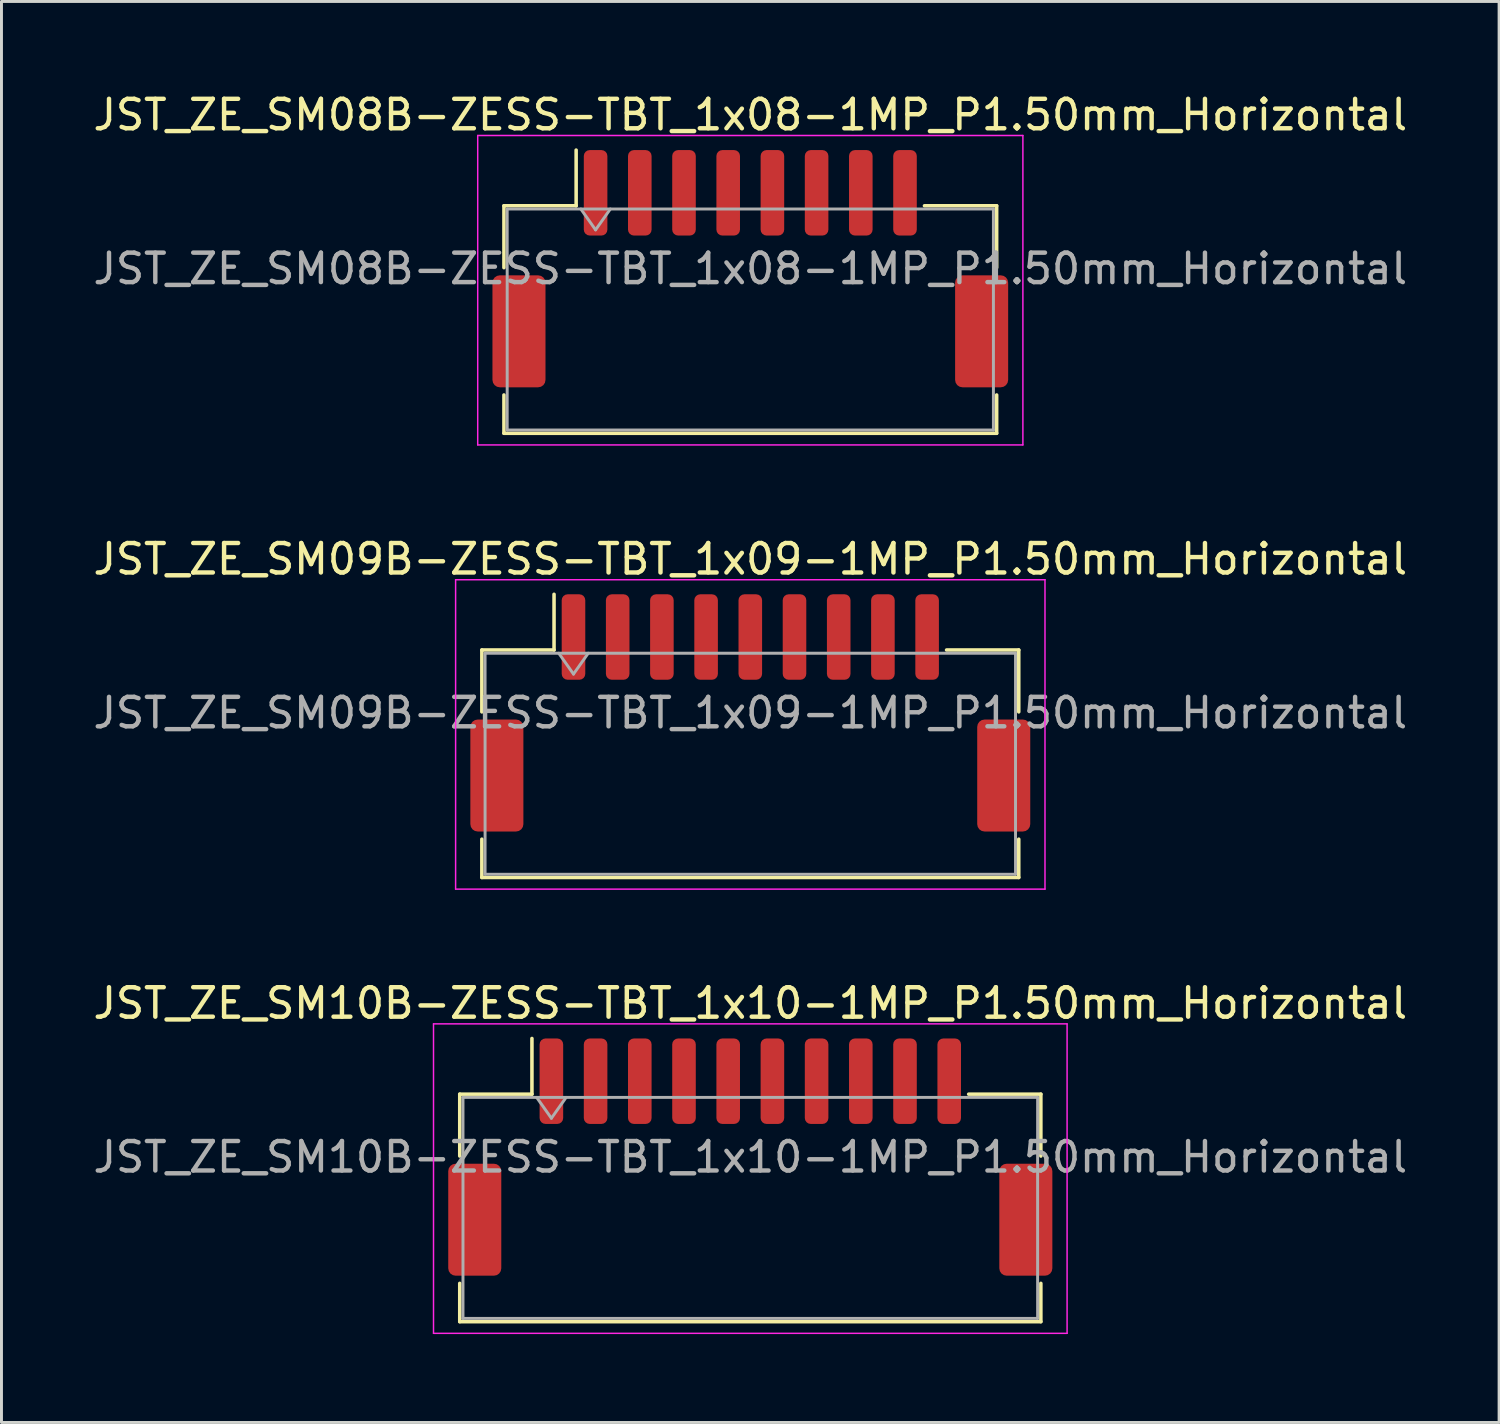
<source format=kicad_pcb>
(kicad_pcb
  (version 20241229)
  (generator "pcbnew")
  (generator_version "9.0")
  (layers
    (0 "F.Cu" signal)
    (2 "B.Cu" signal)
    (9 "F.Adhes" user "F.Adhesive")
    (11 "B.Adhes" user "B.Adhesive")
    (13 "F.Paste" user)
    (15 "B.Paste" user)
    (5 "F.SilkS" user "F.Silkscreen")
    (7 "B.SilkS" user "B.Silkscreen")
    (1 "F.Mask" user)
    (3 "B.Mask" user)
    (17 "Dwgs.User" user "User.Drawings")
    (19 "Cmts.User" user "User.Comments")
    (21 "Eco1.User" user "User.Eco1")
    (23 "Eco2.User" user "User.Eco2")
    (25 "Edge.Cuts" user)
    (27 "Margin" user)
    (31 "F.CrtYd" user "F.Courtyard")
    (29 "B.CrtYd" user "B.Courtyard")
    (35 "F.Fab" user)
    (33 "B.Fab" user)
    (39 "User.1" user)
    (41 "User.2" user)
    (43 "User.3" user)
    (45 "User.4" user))
  (footprint "JST_ZE_SM09B-ZESS-TBT_1x09-1MP_P1.50mm_Horizontal"
    (layer "F.Cu")
    (at 22.411 21.142)
    (property "Reference" "JST_ZE_SM09B-ZESS-TBT_1x09-1MP_P1.50mm_Horizontal" (at 0 -5.22 0) (layer "F.SilkS") (effects (font (size 1 1) (thickness 0.15))))
    (attr smd)
    (fp_line (start -9.11 -2.135) (end -6.66 -2.135) (stroke (width 0.12) (type solid)) (layer "F.SilkS"))
    (fp_line (start -9.11 -0.035) (end -9.11 -2.135) (stroke (width 0.12) (type solid)) (layer "F.SilkS"))
    (fp_line (start -9.11 4.285) (end -9.11 5.585) (stroke (width 0.12) (type solid)) (layer "F.SilkS"))
    (fp_line (start -9.11 5.585) (end 9.11 5.585) (stroke (width 0.12) (type solid)) (layer "F.SilkS"))
    (fp_line (start -6.66 -2.135) (end -6.66 -4.025) (stroke (width 0.12) (type solid)) (layer "F.SilkS"))
    (fp_line (start 9.11 -2.135) (end 6.66 -2.135) (stroke (width 0.12) (type solid)) (layer "F.SilkS"))
    (fp_line (start 9.11 -0.035) (end 9.11 -2.135) (stroke (width 0.12) (type solid)) (layer "F.SilkS"))
    (fp_line (start 9.11 5.585) (end 9.11 4.285) (stroke (width 0.12) (type solid)) (layer "F.SilkS"))
    (fp_line (start -10 -4.52) (end -10 5.98) (stroke (width 0.05) (type solid)) (layer "F.CrtYd"))
    (fp_line (start -10 5.98) (end 10 5.98) (stroke (width 0.05) (type solid)) (layer "F.CrtYd"))
    (fp_line (start 10 -4.52) (end -10 -4.52) (stroke (width 0.05) (type solid)) (layer "F.CrtYd"))
    (fp_line (start 10 5.98) (end 10 -4.52) (stroke (width 0.05) (type solid)) (layer "F.CrtYd"))
    (fp_line (start -9 -2.025) (end -9 5.475) (stroke (width 0.1) (type solid)) (layer "F.Fab"))
    (fp_line (start -9 -2.025) (end 9 -2.025) (stroke (width 0.1) (type solid)) (layer "F.Fab"))
    (fp_line (start -9 5.475) (end 9 5.475) (stroke (width 0.1) (type solid)) (layer "F.Fab"))
    (fp_line (start -6.5 -2.025) (end -6 -1.318) (stroke (width 0.1) (type solid)) (layer "F.Fab"))
    (fp_line (start -6 -1.318) (end -5.5 -2.025) (stroke (width 0.1) (type solid)) (layer "F.Fab"))
    (fp_line (start 9 -2.025) (end 9 5.475) (stroke (width 0.1) (type solid)) (layer "F.Fab"))
    (fp_text user "${REFERENCE}" (at 0 0 0) (layer "F.Fab") (effects (font (size 1 1) (thickness 0.15))))
    (pad "1" smd roundrect (at -6 -2.575) (size 0.8 2.9) (layers "F.Cu" "F.Mask" "F.Paste") (roundrect_rratio 0.25))
    (pad "2" smd roundrect (at -4.5 -2.575) (size 0.8 2.9) (layers "F.Cu" "F.Mask" "F.Paste") (roundrect_rratio 0.25))
    (pad "3" smd roundrect (at -3 -2.575) (size 0.8 2.9) (layers "F.Cu" "F.Mask" "F.Paste") (roundrect_rratio 0.25))
    (pad "4" smd roundrect (at -1.5 -2.575) (size 0.8 2.9) (layers "F.Cu" "F.Mask" "F.Paste") (roundrect_rratio 0.25))
    (pad "5" smd roundrect (at 0 -2.575) (size 0.8 2.9) (layers "F.Cu" "F.Mask" "F.Paste") (roundrect_rratio 0.25))
    (pad "6" smd roundrect (at 1.5 -2.575) (size 0.8 2.9) (layers "F.Cu" "F.Mask" "F.Paste") (roundrect_rratio 0.25))
    (pad "7" smd roundrect (at 3 -2.575) (size 0.8 2.9) (layers "F.Cu" "F.Mask" "F.Paste") (roundrect_rratio 0.25))
    (pad "8" smd roundrect (at 4.5 -2.575) (size 0.8 2.9) (layers "F.Cu" "F.Mask" "F.Paste") (roundrect_rratio 0.25))
    (pad "9" smd roundrect (at 6 -2.575) (size 0.8 2.9) (layers "F.Cu" "F.Mask" "F.Paste") (roundrect_rratio 0.25))
    (pad "MP" smd roundrect (at -8.6 2.125) (size 1.8 3.8) (layers "F.Cu" "F.Mask" "F.Paste") (roundrect_rratio 0.139))
    (pad "MP" smd roundrect (at 8.6 2.125) (size 1.8 3.8) (layers "F.Cu" "F.Mask" "F.Paste") (roundrect_rratio 0.139)))
  (footprint "JST_ZE_SM08B-ZESS-TBT_1x08-1MP_P1.50mm_Horizontal"
    (layer "F.Cu")
    (at 22.411 6.068)
    (property "Reference" "JST_ZE_SM08B-ZESS-TBT_1x08-1MP_P1.50mm_Horizontal" (at 0 -5.22 0) (layer "F.SilkS") (effects (font (size 1 1) (thickness 0.15))))
    (attr smd)
    (fp_line (start -8.36 -2.135) (end -5.91 -2.135) (stroke (width 0.12) (type solid)) (layer "F.SilkS"))
    (fp_line (start -8.36 -0.035) (end -8.36 -2.135) (stroke (width 0.12) (type solid)) (layer "F.SilkS"))
    (fp_line (start -8.36 4.285) (end -8.36 5.585) (stroke (width 0.12) (type solid)) (layer "F.SilkS"))
    (fp_line (start -8.36 5.585) (end 8.36 5.585) (stroke (width 0.12) (type solid)) (layer "F.SilkS"))
    (fp_line (start -5.91 -2.135) (end -5.91 -4.025) (stroke (width 0.12) (type solid)) (layer "F.SilkS"))
    (fp_line (start 8.36 -2.135) (end 5.91 -2.135) (stroke (width 0.12) (type solid)) (layer "F.SilkS"))
    (fp_line (start 8.36 -0.035) (end 8.36 -2.135) (stroke (width 0.12) (type solid)) (layer "F.SilkS"))
    (fp_line (start 8.36 5.585) (end 8.36 4.285) (stroke (width 0.12) (type solid)) (layer "F.SilkS"))
    (fp_line (start -9.25 -4.52) (end -9.25 5.98) (stroke (width 0.05) (type solid)) (layer "F.CrtYd"))
    (fp_line (start -9.25 5.98) (end 9.25 5.98) (stroke (width 0.05) (type solid)) (layer "F.CrtYd"))
    (fp_line (start 9.25 -4.52) (end -9.25 -4.52) (stroke (width 0.05) (type solid)) (layer "F.CrtYd"))
    (fp_line (start 9.25 5.98) (end 9.25 -4.52) (stroke (width 0.05) (type solid)) (layer "F.CrtYd"))
    (fp_line (start -8.25 -2.025) (end -8.25 5.475) (stroke (width 0.1) (type solid)) (layer "F.Fab"))
    (fp_line (start -8.25 -2.025) (end 8.25 -2.025) (stroke (width 0.1) (type solid)) (layer "F.Fab"))
    (fp_line (start -8.25 5.475) (end 8.25 5.475) (stroke (width 0.1) (type solid)) (layer "F.Fab"))
    (fp_line (start -5.75 -2.025) (end -5.25 -1.318) (stroke (width 0.1) (type solid)) (layer "F.Fab"))
    (fp_line (start -5.25 -1.318) (end -4.75 -2.025) (stroke (width 0.1) (type solid)) (layer "F.Fab"))
    (fp_line (start 8.25 -2.025) (end 8.25 5.475) (stroke (width 0.1) (type solid)) (layer "F.Fab"))
    (fp_text user "${REFERENCE}" (at 0 0 0) (layer "F.Fab") (effects (font (size 1 1) (thickness 0.15))))
    (pad "1" smd roundrect (at -5.25 -2.575) (size 0.8 2.9) (layers "F.Cu" "F.Mask" "F.Paste") (roundrect_rratio 0.25))
    (pad "2" smd roundrect (at -3.75 -2.575) (size 0.8 2.9) (layers "F.Cu" "F.Mask" "F.Paste") (roundrect_rratio 0.25))
    (pad "3" smd roundrect (at -2.25 -2.575) (size 0.8 2.9) (layers "F.Cu" "F.Mask" "F.Paste") (roundrect_rratio 0.25))
    (pad "4" smd roundrect (at -0.75 -2.575) (size 0.8 2.9) (layers "F.Cu" "F.Mask" "F.Paste") (roundrect_rratio 0.25))
    (pad "5" smd roundrect (at 0.75 -2.575) (size 0.8 2.9) (layers "F.Cu" "F.Mask" "F.Paste") (roundrect_rratio 0.25))
    (pad "6" smd roundrect (at 2.25 -2.575) (size 0.8 2.9) (layers "F.Cu" "F.Mask" "F.Paste") (roundrect_rratio 0.25))
    (pad "7" smd roundrect (at 3.75 -2.575) (size 0.8 2.9) (layers "F.Cu" "F.Mask" "F.Paste") (roundrect_rratio 0.25))
    (pad "8" smd roundrect (at 5.25 -2.575) (size 0.8 2.9) (layers "F.Cu" "F.Mask" "F.Paste") (roundrect_rratio 0.25))
    (pad "MP" smd roundrect (at -7.85 2.125) (size 1.8 3.8) (layers "F.Cu" "F.Mask" "F.Paste") (roundrect_rratio 0.139))
    (pad "MP" smd roundrect (at 7.85 2.125) (size 1.8 3.8) (layers "F.Cu" "F.Mask" "F.Paste") (roundrect_rratio 0.139)))
  (footprint "JST_ZE_SM10B-ZESS-TBT_1x10-1MP_P1.50mm_Horizontal"
    (layer "F.Cu")
    (at 22.411 36.215)
    (property "Reference" "JST_ZE_SM10B-ZESS-TBT_1x10-1MP_P1.50mm_Horizontal" (at 0 -5.22 0) (layer "F.SilkS") (effects (font (size 1 1) (thickness 0.15))))
    (attr smd)
    (fp_line (start -9.86 -2.135) (end -7.41 -2.135) (stroke (width 0.12) (type solid)) (layer "F.SilkS"))
    (fp_line (start -9.86 -0.035) (end -9.86 -2.135) (stroke (width 0.12) (type solid)) (layer "F.SilkS"))
    (fp_line (start -9.86 4.285) (end -9.86 5.585) (stroke (width 0.12) (type solid)) (layer "F.SilkS"))
    (fp_line (start -9.86 5.585) (end 9.86 5.585) (stroke (width 0.12) (type solid)) (layer "F.SilkS"))
    (fp_line (start -7.41 -2.135) (end -7.41 -4.025) (stroke (width 0.12) (type solid)) (layer "F.SilkS"))
    (fp_line (start 9.86 -2.135) (end 7.41 -2.135) (stroke (width 0.12) (type solid)) (layer "F.SilkS"))
    (fp_line (start 9.86 -0.035) (end 9.86 -2.135) (stroke (width 0.12) (type solid)) (layer "F.SilkS"))
    (fp_line (start 9.86 5.585) (end 9.86 4.285) (stroke (width 0.12) (type solid)) (layer "F.SilkS"))
    (fp_line (start -10.75 -4.52) (end -10.75 5.98) (stroke (width 0.05) (type solid)) (layer "F.CrtYd"))
    (fp_line (start -10.75 5.98) (end 10.75 5.98) (stroke (width 0.05) (type solid)) (layer "F.CrtYd"))
    (fp_line (start 10.75 -4.52) (end -10.75 -4.52) (stroke (width 0.05) (type solid)) (layer "F.CrtYd"))
    (fp_line (start 10.75 5.98) (end 10.75 -4.52) (stroke (width 0.05) (type solid)) (layer "F.CrtYd"))
    (fp_line (start -9.75 -2.025) (end -9.75 5.475) (stroke (width 0.1) (type solid)) (layer "F.Fab"))
    (fp_line (start -9.75 -2.025) (end 9.75 -2.025) (stroke (width 0.1) (type solid)) (layer "F.Fab"))
    (fp_line (start -9.75 5.475) (end 9.75 5.475) (stroke (width 0.1) (type solid)) (layer "F.Fab"))
    (fp_line (start -7.25 -2.025) (end -6.75 -1.318) (stroke (width 0.1) (type solid)) (layer "F.Fab"))
    (fp_line (start -6.75 -1.318) (end -6.25 -2.025) (stroke (width 0.1) (type solid)) (layer "F.Fab"))
    (fp_line (start 9.75 -2.025) (end 9.75 5.475) (stroke (width 0.1) (type solid)) (layer "F.Fab"))
    (fp_text user "${REFERENCE}" (at 0 0 0) (layer "F.Fab") (effects (font (size 1 1) (thickness 0.15))))
    (pad "1" smd roundrect (at -6.75 -2.575) (size 0.8 2.9) (layers "F.Cu" "F.Mask" "F.Paste") (roundrect_rratio 0.25))
    (pad "2" smd roundrect (at -5.25 -2.575) (size 0.8 2.9) (layers "F.Cu" "F.Mask" "F.Paste") (roundrect_rratio 0.25))
    (pad "3" smd roundrect (at -3.75 -2.575) (size 0.8 2.9) (layers "F.Cu" "F.Mask" "F.Paste") (roundrect_rratio 0.25))
    (pad "4" smd roundrect (at -2.25 -2.575) (size 0.8 2.9) (layers "F.Cu" "F.Mask" "F.Paste") (roundrect_rratio 0.25))
    (pad "5" smd roundrect (at -0.75 -2.575) (size 0.8 2.9) (layers "F.Cu" "F.Mask" "F.Paste") (roundrect_rratio 0.25))
    (pad "6" smd roundrect (at 0.75 -2.575) (size 0.8 2.9) (layers "F.Cu" "F.Mask" "F.Paste") (roundrect_rratio 0.25))
    (pad "7" smd roundrect (at 2.25 -2.575) (size 0.8 2.9) (layers "F.Cu" "F.Mask" "F.Paste") (roundrect_rratio 0.25))
    (pad "8" smd roundrect (at 3.75 -2.575) (size 0.8 2.9) (layers "F.Cu" "F.Mask" "F.Paste") (roundrect_rratio 0.25))
    (pad "9" smd roundrect (at 5.25 -2.575) (size 0.8 2.9) (layers "F.Cu" "F.Mask" "F.Paste") (roundrect_rratio 0.25))
    (pad "10" smd roundrect (at 6.75 -2.575) (size 0.8 2.9) (layers "F.Cu" "F.Mask" "F.Paste") (roundrect_rratio 0.25))
    (pad "MP" smd roundrect (at -9.35 2.125) (size 1.8 3.8) (layers "F.Cu" "F.Mask" "F.Paste") (roundrect_rratio 0.139))
    (pad "MP" smd roundrect (at 9.35 2.125) (size 1.8 3.8) (layers "F.Cu" "F.Mask" "F.Paste") (roundrect_rratio 0.139)))
  (gr_rect
    (start -3 -3)
    (end 47.821 45.22)
    (stroke (width 0.1) (type default))
    (fill no)
    (layer "Edge.Cuts")))
</source>
